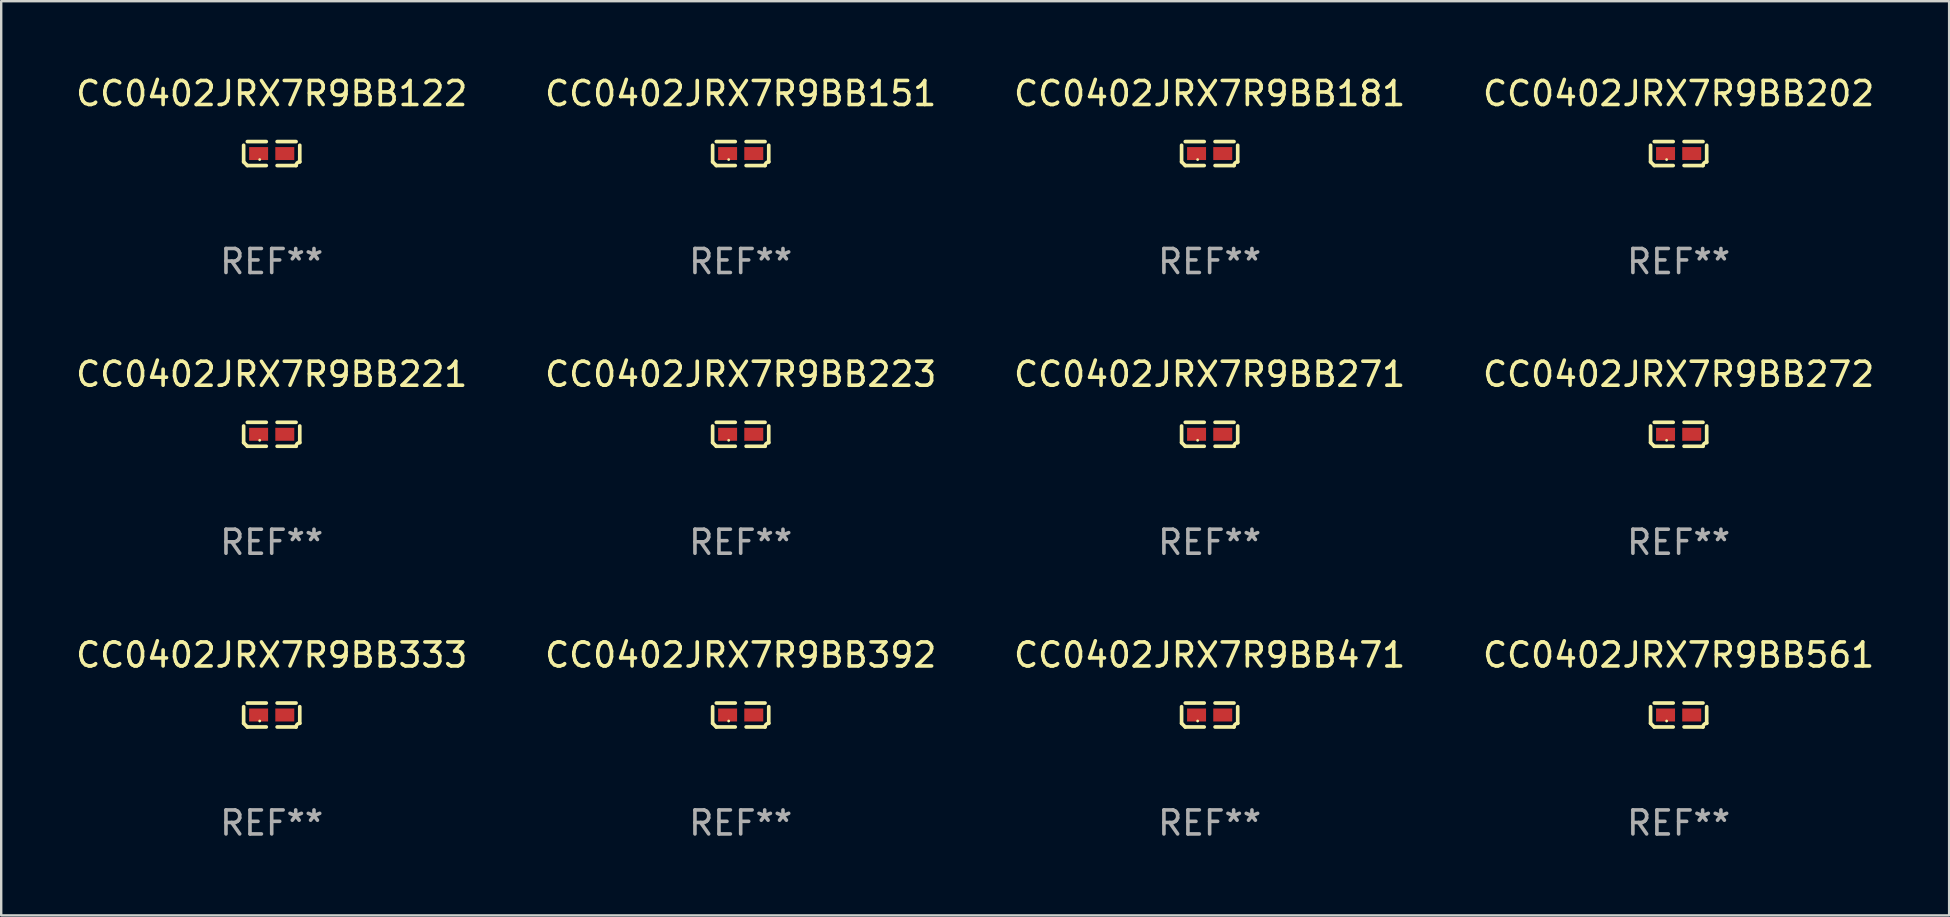
<source format=kicad_pcb>
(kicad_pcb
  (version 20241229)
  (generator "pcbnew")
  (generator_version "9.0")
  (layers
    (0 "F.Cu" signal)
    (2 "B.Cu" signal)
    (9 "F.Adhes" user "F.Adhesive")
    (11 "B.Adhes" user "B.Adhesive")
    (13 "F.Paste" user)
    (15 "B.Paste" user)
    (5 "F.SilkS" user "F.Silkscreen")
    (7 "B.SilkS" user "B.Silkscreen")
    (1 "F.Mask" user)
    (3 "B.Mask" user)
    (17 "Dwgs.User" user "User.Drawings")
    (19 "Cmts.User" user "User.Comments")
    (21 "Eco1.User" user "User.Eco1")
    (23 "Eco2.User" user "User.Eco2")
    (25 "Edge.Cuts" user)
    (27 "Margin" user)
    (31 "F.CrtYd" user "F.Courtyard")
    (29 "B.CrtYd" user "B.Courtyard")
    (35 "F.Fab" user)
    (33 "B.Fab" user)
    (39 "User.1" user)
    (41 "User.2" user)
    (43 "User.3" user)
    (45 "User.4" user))
  (footprint "CC0402JRX7R9BB471"
    (layer "F.Cu")
    (at 47.339 26.734)
    (property "Reference" "CC0402JRX7R9BB471" (at 0 -2.499 0) (layer "F.SilkS") (effects (font (size 1 1) (thickness 0.15))))
    (attr through_hole)
    (fp_line (start -1.169 0.346) (end -1.169 -0.346) (stroke (width 0.152) (type solid)) (layer "F.SilkS"))
    (fp_line (start -1.016 -0.499) (end -0.226 -0.499) (stroke (width 0.152) (type solid)) (layer "F.SilkS"))
    (fp_line (start -0.226 0.499) (end -1.016 0.499) (stroke (width 0.152) (type solid)) (layer "F.SilkS"))
    (fp_line (start 0.226 0.499) (end 1.016 0.499) (stroke (width 0.152) (type solid)) (layer "F.SilkS"))
    (fp_line (start 1.016 -0.499) (end 0.226 -0.499) (stroke (width 0.152) (type solid)) (layer "F.SilkS"))
    (fp_line (start 1.169 0.346) (end 1.169 -0.346) (stroke (width 0.152) (type solid)) (layer "F.SilkS"))
    (fp_arc (start -1.016307 0.498603) (mid -1.092512 0.422405) (end -1.16871 0.3462) (stroke (width 0.1524) (type solid)) (layer "F.SilkS"))
    (fp_arc (start 1.016307 0.498603) (mid 1.060899 0.390758) (end 1.168707 0.346076) (stroke (width 0.1524) (type solid)) (layer "F.SilkS"))
    (fp_circle (center -0.5 0.25) (end -0.47 0.25) (stroke (width 0.06) (type solid)) (fill no) (layer "F.SilkS"))
    (fp_text user "REF**" (at 0 4.499 0) (layer "F.Fab") (effects (font (size 1 1) (thickness 0.15))))
    (pad "1" smd rect (at -0.545 0) (size 0.79 0.54) (layers "F.Cu" "F.Mask" "F.Paste"))
    (pad "2" smd rect (at 0.545 0) (size 0.79 0.54) (layers "F.Cu" "F.Mask" "F.Paste")))
  (footprint "CC0402JRX7R9BB151"
    (layer "F.Cu")
    (at 27.804 3.347)
    (property "Reference" "CC0402JRX7R9BB151" (at 0 -2.499 0) (layer "F.SilkS") (effects (font (size 1 1) (thickness 0.15))))
    (attr through_hole)
    (fp_line (start -1.169 0.346) (end -1.169 -0.346) (stroke (width 0.152) (type solid)) (layer "F.SilkS"))
    (fp_line (start -1.016 -0.499) (end -0.226 -0.499) (stroke (width 0.152) (type solid)) (layer "F.SilkS"))
    (fp_line (start -0.226 0.499) (end -1.016 0.499) (stroke (width 0.152) (type solid)) (layer "F.SilkS"))
    (fp_line (start 0.226 0.499) (end 1.016 0.499) (stroke (width 0.152) (type solid)) (layer "F.SilkS"))
    (fp_line (start 1.016 -0.499) (end 0.226 -0.499) (stroke (width 0.152) (type solid)) (layer "F.SilkS"))
    (fp_line (start 1.169 0.346) (end 1.169 -0.346) (stroke (width 0.152) (type solid)) (layer "F.SilkS"))
    (fp_arc (start -1.016307 0.498603) (mid -1.092512 0.422405) (end -1.16871 0.3462) (stroke (width 0.1524) (type solid)) (layer "F.SilkS"))
    (fp_arc (start 1.016307 0.498603) (mid 1.060899 0.390758) (end 1.168707 0.346076) (stroke (width 0.1524) (type solid)) (layer "F.SilkS"))
    (fp_circle (center -0.5 0.25) (end -0.47 0.25) (stroke (width 0.06) (type solid)) (fill no) (layer "F.SilkS"))
    (fp_text user "REF**" (at 0 4.499 0) (layer "F.Fab") (effects (font (size 1 1) (thickness 0.15))))
    (pad "1" smd rect (at -0.545 0) (size 0.79 0.54) (layers "F.Cu" "F.Mask" "F.Paste"))
    (pad "2" smd rect (at 0.545 0) (size 0.79 0.54) (layers "F.Cu" "F.Mask" "F.Paste")))
  (footprint "CC0402JRX7R9BB223"
    (layer "F.Cu")
    (at 27.804 15.041)
    (property "Reference" "CC0402JRX7R9BB223" (at 0 -2.499 0) (layer "F.SilkS") (effects (font (size 1 1) (thickness 0.15))))
    (attr through_hole)
    (fp_line (start -1.169 0.346) (end -1.169 -0.346) (stroke (width 0.152) (type solid)) (layer "F.SilkS"))
    (fp_line (start -1.016 -0.499) (end -0.226 -0.499) (stroke (width 0.152) (type solid)) (layer "F.SilkS"))
    (fp_line (start -0.226 0.499) (end -1.016 0.499) (stroke (width 0.152) (type solid)) (layer "F.SilkS"))
    (fp_line (start 0.226 0.499) (end 1.016 0.499) (stroke (width 0.152) (type solid)) (layer "F.SilkS"))
    (fp_line (start 1.016 -0.499) (end 0.226 -0.499) (stroke (width 0.152) (type solid)) (layer "F.SilkS"))
    (fp_line (start 1.169 0.346) (end 1.169 -0.346) (stroke (width 0.152) (type solid)) (layer "F.SilkS"))
    (fp_arc (start -1.016307 0.498603) (mid -1.092512 0.422405) (end -1.16871 0.3462) (stroke (width 0.1524) (type solid)) (layer "F.SilkS"))
    (fp_arc (start 1.016307 0.498603) (mid 1.060899 0.390758) (end 1.168707 0.346076) (stroke (width 0.1524) (type solid)) (layer "F.SilkS"))
    (fp_circle (center -0.5 0.25) (end -0.47 0.25) (stroke (width 0.06) (type solid)) (fill no) (layer "F.SilkS"))
    (fp_text user "REF**" (at 0 4.499 0) (layer "F.Fab") (effects (font (size 1 1) (thickness 0.15))))
    (pad "1" smd rect (at -0.545 0) (size 0.79 0.54) (layers "F.Cu" "F.Mask" "F.Paste"))
    (pad "2" smd rect (at 0.545 0) (size 0.79 0.54) (layers "F.Cu" "F.Mask" "F.Paste")))
  (footprint "CC0402JRX7R9BB272"
    (layer "F.Cu")
    (at 66.875 15.041)
    (property "Reference" "CC0402JRX7R9BB272" (at 0 -2.499 0) (layer "F.SilkS") (effects (font (size 1 1) (thickness 0.15))))
    (attr through_hole)
    (fp_line (start -1.169 0.346) (end -1.169 -0.346) (stroke (width 0.152) (type solid)) (layer "F.SilkS"))
    (fp_line (start -1.016 -0.499) (end -0.226 -0.499) (stroke (width 0.152) (type solid)) (layer "F.SilkS"))
    (fp_line (start -0.226 0.499) (end -1.016 0.499) (stroke (width 0.152) (type solid)) (layer "F.SilkS"))
    (fp_line (start 0.226 0.499) (end 1.016 0.499) (stroke (width 0.152) (type solid)) (layer "F.SilkS"))
    (fp_line (start 1.016 -0.499) (end 0.226 -0.499) (stroke (width 0.152) (type solid)) (layer "F.SilkS"))
    (fp_line (start 1.169 0.346) (end 1.169 -0.346) (stroke (width 0.152) (type solid)) (layer "F.SilkS"))
    (fp_arc (start -1.016307 0.498603) (mid -1.092512 0.422405) (end -1.16871 0.3462) (stroke (width 0.1524) (type solid)) (layer "F.SilkS"))
    (fp_arc (start 1.016307 0.498603) (mid 1.060899 0.390758) (end 1.168707 0.346076) (stroke (width 0.1524) (type solid)) (layer "F.SilkS"))
    (fp_circle (center -0.5 0.25) (end -0.47 0.25) (stroke (width 0.06) (type solid)) (fill no) (layer "F.SilkS"))
    (fp_text user "REF**" (at 0 4.499 0) (layer "F.Fab") (effects (font (size 1 1) (thickness 0.15))))
    (pad "1" smd rect (at -0.545 0) (size 0.79 0.54) (layers "F.Cu" "F.Mask" "F.Paste"))
    (pad "2" smd rect (at 0.545 0) (size 0.79 0.54) (layers "F.Cu" "F.Mask" "F.Paste")))
  (footprint "CC0402JRX7R9BB271"
    (layer "F.Cu")
    (at 47.339 15.041)
    (property "Reference" "CC0402JRX7R9BB271" (at 0 -2.499 0) (layer "F.SilkS") (effects (font (size 1 1) (thickness 0.15))))
    (attr through_hole)
    (fp_line (start -1.169 0.346) (end -1.169 -0.346) (stroke (width 0.152) (type solid)) (layer "F.SilkS"))
    (fp_line (start -1.016 -0.499) (end -0.226 -0.499) (stroke (width 0.152) (type solid)) (layer "F.SilkS"))
    (fp_line (start -0.226 0.499) (end -1.016 0.499) (stroke (width 0.152) (type solid)) (layer "F.SilkS"))
    (fp_line (start 0.226 0.499) (end 1.016 0.499) (stroke (width 0.152) (type solid)) (layer "F.SilkS"))
    (fp_line (start 1.016 -0.499) (end 0.226 -0.499) (stroke (width 0.152) (type solid)) (layer "F.SilkS"))
    (fp_line (start 1.169 0.346) (end 1.169 -0.346) (stroke (width 0.152) (type solid)) (layer "F.SilkS"))
    (fp_arc (start -1.016307 0.498603) (mid -1.092512 0.422405) (end -1.16871 0.3462) (stroke (width 0.1524) (type solid)) (layer "F.SilkS"))
    (fp_arc (start 1.016307 0.498603) (mid 1.060899 0.390758) (end 1.168707 0.346076) (stroke (width 0.1524) (type solid)) (layer "F.SilkS"))
    (fp_circle (center -0.5 0.25) (end -0.47 0.25) (stroke (width 0.06) (type solid)) (fill no) (layer "F.SilkS"))
    (fp_text user "REF**" (at 0 4.499 0) (layer "F.Fab") (effects (font (size 1 1) (thickness 0.15))))
    (pad "1" smd rect (at -0.545 0) (size 0.79 0.54) (layers "F.Cu" "F.Mask" "F.Paste"))
    (pad "2" smd rect (at 0.545 0) (size 0.79 0.54) (layers "F.Cu" "F.Mask" "F.Paste")))
  (footprint "CC0402JRX7R9BB122"
    (layer "F.Cu")
    (at 8.268 3.347)
    (property "Reference" "CC0402JRX7R9BB122" (at 0 -2.499 0) (layer "F.SilkS") (effects (font (size 1 1) (thickness 0.15))))
    (attr through_hole)
    (fp_line (start -1.169 0.346) (end -1.169 -0.346) (stroke (width 0.152) (type solid)) (layer "F.SilkS"))
    (fp_line (start -1.016 -0.499) (end -0.226 -0.499) (stroke (width 0.152) (type solid)) (layer "F.SilkS"))
    (fp_line (start -0.226 0.499) (end -1.016 0.499) (stroke (width 0.152) (type solid)) (layer "F.SilkS"))
    (fp_line (start 0.226 0.499) (end 1.016 0.499) (stroke (width 0.152) (type solid)) (layer "F.SilkS"))
    (fp_line (start 1.016 -0.499) (end 0.226 -0.499) (stroke (width 0.152) (type solid)) (layer "F.SilkS"))
    (fp_line (start 1.169 0.346) (end 1.169 -0.346) (stroke (width 0.152) (type solid)) (layer "F.SilkS"))
    (fp_arc (start -1.016307 0.498603) (mid -1.092512 0.422405) (end -1.16871 0.3462) (stroke (width 0.1524) (type solid)) (layer "F.SilkS"))
    (fp_arc (start 1.016307 0.498603) (mid 1.060899 0.390758) (end 1.168707 0.346076) (stroke (width 0.1524) (type solid)) (layer "F.SilkS"))
    (fp_circle (center -0.5 0.25) (end -0.47 0.25) (stroke (width 0.06) (type solid)) (fill no) (layer "F.SilkS"))
    (fp_text user "REF**" (at 0 4.499 0) (layer "F.Fab") (effects (font (size 1 1) (thickness 0.15))))
    (pad "1" smd rect (at -0.545 0) (size 0.79 0.54) (layers "F.Cu" "F.Mask" "F.Paste"))
    (pad "2" smd rect (at 0.545 0) (size 0.79 0.54) (layers "F.Cu" "F.Mask" "F.Paste")))
  (footprint "CC0402JRX7R9BB561"
    (layer "F.Cu")
    (at 66.875 26.734)
    (property "Reference" "CC0402JRX7R9BB561" (at 0 -2.499 0) (layer "F.SilkS") (effects (font (size 1 1) (thickness 0.15))))
    (attr through_hole)
    (fp_line (start -1.169 0.346) (end -1.169 -0.346) (stroke (width 0.152) (type solid)) (layer "F.SilkS"))
    (fp_line (start -1.016 -0.499) (end -0.226 -0.499) (stroke (width 0.152) (type solid)) (layer "F.SilkS"))
    (fp_line (start -0.226 0.499) (end -1.016 0.499) (stroke (width 0.152) (type solid)) (layer "F.SilkS"))
    (fp_line (start 0.226 0.499) (end 1.016 0.499) (stroke (width 0.152) (type solid)) (layer "F.SilkS"))
    (fp_line (start 1.016 -0.499) (end 0.226 -0.499) (stroke (width 0.152) (type solid)) (layer "F.SilkS"))
    (fp_line (start 1.169 0.346) (end 1.169 -0.346) (stroke (width 0.152) (type solid)) (layer "F.SilkS"))
    (fp_arc (start -1.016307 0.498603) (mid -1.092512 0.422405) (end -1.16871 0.3462) (stroke (width 0.1524) (type solid)) (layer "F.SilkS"))
    (fp_arc (start 1.016307 0.498603) (mid 1.060899 0.390758) (end 1.168707 0.346076) (stroke (width 0.1524) (type solid)) (layer "F.SilkS"))
    (fp_circle (center -0.5 0.25) (end -0.47 0.25) (stroke (width 0.06) (type solid)) (fill no) (layer "F.SilkS"))
    (fp_text user "REF**" (at 0 4.499 0) (layer "F.Fab") (effects (font (size 1 1) (thickness 0.15))))
    (pad "1" smd rect (at -0.545 0) (size 0.79 0.54) (layers "F.Cu" "F.Mask" "F.Paste"))
    (pad "2" smd rect (at 0.545 0) (size 0.79 0.54) (layers "F.Cu" "F.Mask" "F.Paste")))
  (footprint "CC0402JRX7R9BB181"
    (layer "F.Cu")
    (at 47.339 3.347)
    (property "Reference" "CC0402JRX7R9BB181" (at 0 -2.499 0) (layer "F.SilkS") (effects (font (size 1 1) (thickness 0.15))))
    (attr through_hole)
    (fp_line (start -1.169 0.346) (end -1.169 -0.346) (stroke (width 0.152) (type solid)) (layer "F.SilkS"))
    (fp_line (start -1.016 -0.499) (end -0.226 -0.499) (stroke (width 0.152) (type solid)) (layer "F.SilkS"))
    (fp_line (start -0.226 0.499) (end -1.016 0.499) (stroke (width 0.152) (type solid)) (layer "F.SilkS"))
    (fp_line (start 0.226 0.499) (end 1.016 0.499) (stroke (width 0.152) (type solid)) (layer "F.SilkS"))
    (fp_line (start 1.016 -0.499) (end 0.226 -0.499) (stroke (width 0.152) (type solid)) (layer "F.SilkS"))
    (fp_line (start 1.169 0.346) (end 1.169 -0.346) (stroke (width 0.152) (type solid)) (layer "F.SilkS"))
    (fp_arc (start -1.016307 0.498603) (mid -1.092512 0.422405) (end -1.16871 0.3462) (stroke (width 0.1524) (type solid)) (layer "F.SilkS"))
    (fp_arc (start 1.016307 0.498603) (mid 1.060899 0.390758) (end 1.168707 0.346076) (stroke (width 0.1524) (type solid)) (layer "F.SilkS"))
    (fp_circle (center -0.5 0.25) (end -0.47 0.25) (stroke (width 0.06) (type solid)) (fill no) (layer "F.SilkS"))
    (fp_text user "REF**" (at 0 4.499 0) (layer "F.Fab") (effects (font (size 1 1) (thickness 0.15))))
    (pad "1" smd rect (at -0.545 0) (size 0.79 0.54) (layers "F.Cu" "F.Mask" "F.Paste"))
    (pad "2" smd rect (at 0.545 0) (size 0.79 0.54) (layers "F.Cu" "F.Mask" "F.Paste")))
  (footprint "CC0402JRX7R9BB202"
    (layer "F.Cu")
    (at 66.875 3.347)
    (property "Reference" "CC0402JRX7R9BB202" (at 0 -2.499 0) (layer "F.SilkS") (effects (font (size 1 1) (thickness 0.15))))
    (attr through_hole)
    (fp_line (start -1.169 0.346) (end -1.169 -0.346) (stroke (width 0.152) (type solid)) (layer "F.SilkS"))
    (fp_line (start -1.016 -0.499) (end -0.226 -0.499) (stroke (width 0.152) (type solid)) (layer "F.SilkS"))
    (fp_line (start -0.226 0.499) (end -1.016 0.499) (stroke (width 0.152) (type solid)) (layer "F.SilkS"))
    (fp_line (start 0.226 0.499) (end 1.016 0.499) (stroke (width 0.152) (type solid)) (layer "F.SilkS"))
    (fp_line (start 1.016 -0.499) (end 0.226 -0.499) (stroke (width 0.152) (type solid)) (layer "F.SilkS"))
    (fp_line (start 1.169 0.346) (end 1.169 -0.346) (stroke (width 0.152) (type solid)) (layer "F.SilkS"))
    (fp_arc (start -1.016307 0.498603) (mid -1.092512 0.422405) (end -1.16871 0.3462) (stroke (width 0.1524) (type solid)) (layer "F.SilkS"))
    (fp_arc (start 1.016307 0.498603) (mid 1.060899 0.390758) (end 1.168707 0.346076) (stroke (width 0.1524) (type solid)) (layer "F.SilkS"))
    (fp_circle (center -0.5 0.25) (end -0.47 0.25) (stroke (width 0.06) (type solid)) (fill no) (layer "F.SilkS"))
    (fp_text user "REF**" (at 0 4.499 0) (layer "F.Fab") (effects (font (size 1 1) (thickness 0.15))))
    (pad "1" smd rect (at -0.545 0) (size 0.79 0.54) (layers "F.Cu" "F.Mask" "F.Paste"))
    (pad "2" smd rect (at 0.545 0) (size 0.79 0.54) (layers "F.Cu" "F.Mask" "F.Paste")))
  (footprint "CC0402JRX7R9BB333"
    (layer "F.Cu")
    (at 8.268 26.734)
    (property "Reference" "CC0402JRX7R9BB333" (at 0 -2.499 0) (layer "F.SilkS") (effects (font (size 1 1) (thickness 0.15))))
    (attr through_hole)
    (fp_line (start -1.169 0.346) (end -1.169 -0.346) (stroke (width 0.152) (type solid)) (layer "F.SilkS"))
    (fp_line (start -1.016 -0.499) (end -0.226 -0.499) (stroke (width 0.152) (type solid)) (layer "F.SilkS"))
    (fp_line (start -0.226 0.499) (end -1.016 0.499) (stroke (width 0.152) (type solid)) (layer "F.SilkS"))
    (fp_line (start 0.226 0.499) (end 1.016 0.499) (stroke (width 0.152) (type solid)) (layer "F.SilkS"))
    (fp_line (start 1.016 -0.499) (end 0.226 -0.499) (stroke (width 0.152) (type solid)) (layer "F.SilkS"))
    (fp_line (start 1.169 0.346) (end 1.169 -0.346) (stroke (width 0.152) (type solid)) (layer "F.SilkS"))
    (fp_arc (start -1.016307 0.498603) (mid -1.092512 0.422405) (end -1.16871 0.3462) (stroke (width 0.1524) (type solid)) (layer "F.SilkS"))
    (fp_arc (start 1.016307 0.498603) (mid 1.060899 0.390758) (end 1.168707 0.346076) (stroke (width 0.1524) (type solid)) (layer "F.SilkS"))
    (fp_circle (center -0.5 0.25) (end -0.47 0.25) (stroke (width 0.06) (type solid)) (fill no) (layer "F.SilkS"))
    (fp_text user "REF**" (at 0 4.499 0) (layer "F.Fab") (effects (font (size 1 1) (thickness 0.15))))
    (pad "1" smd rect (at -0.545 0) (size 0.79 0.54) (layers "F.Cu" "F.Mask" "F.Paste"))
    (pad "2" smd rect (at 0.545 0) (size 0.79 0.54) (layers "F.Cu" "F.Mask" "F.Paste")))
  (footprint "CC0402JRX7R9BB221"
    (layer "F.Cu")
    (at 8.268 15.041)
    (property "Reference" "CC0402JRX7R9BB221" (at 0 -2.499 0) (layer "F.SilkS") (effects (font (size 1 1) (thickness 0.15))))
    (attr through_hole)
    (fp_line (start -1.169 0.346) (end -1.169 -0.346) (stroke (width 0.152) (type solid)) (layer "F.SilkS"))
    (fp_line (start -1.016 -0.499) (end -0.226 -0.499) (stroke (width 0.152) (type solid)) (layer "F.SilkS"))
    (fp_line (start -0.226 0.499) (end -1.016 0.499) (stroke (width 0.152) (type solid)) (layer "F.SilkS"))
    (fp_line (start 0.226 0.499) (end 1.016 0.499) (stroke (width 0.152) (type solid)) (layer "F.SilkS"))
    (fp_line (start 1.016 -0.499) (end 0.226 -0.499) (stroke (width 0.152) (type solid)) (layer "F.SilkS"))
    (fp_line (start 1.169 0.346) (end 1.169 -0.346) (stroke (width 0.152) (type solid)) (layer "F.SilkS"))
    (fp_arc (start -1.016307 0.498603) (mid -1.092512 0.422405) (end -1.16871 0.3462) (stroke (width 0.1524) (type solid)) (layer "F.SilkS"))
    (fp_arc (start 1.016307 0.498603) (mid 1.060899 0.390758) (end 1.168707 0.346076) (stroke (width 0.1524) (type solid)) (layer "F.SilkS"))
    (fp_circle (center -0.5 0.25) (end -0.47 0.25) (stroke (width 0.06) (type solid)) (fill no) (layer "F.SilkS"))
    (fp_text user "REF**" (at 0 4.499 0) (layer "F.Fab") (effects (font (size 1 1) (thickness 0.15))))
    (pad "1" smd rect (at -0.545 0) (size 0.79 0.54) (layers "F.Cu" "F.Mask" "F.Paste"))
    (pad "2" smd rect (at 0.545 0) (size 0.79 0.54) (layers "F.Cu" "F.Mask" "F.Paste")))
  (footprint "CC0402JRX7R9BB392"
    (layer "F.Cu")
    (at 27.804 26.734)
    (property "Reference" "CC0402JRX7R9BB392" (at 0 -2.499 0) (layer "F.SilkS") (effects (font (size 1 1) (thickness 0.15))))
    (attr through_hole)
    (fp_line (start -1.169 0.346) (end -1.169 -0.346) (stroke (width 0.152) (type solid)) (layer "F.SilkS"))
    (fp_line (start -1.016 -0.499) (end -0.226 -0.499) (stroke (width 0.152) (type solid)) (layer "F.SilkS"))
    (fp_line (start -0.226 0.499) (end -1.016 0.499) (stroke (width 0.152) (type solid)) (layer "F.SilkS"))
    (fp_line (start 0.226 0.499) (end 1.016 0.499) (stroke (width 0.152) (type solid)) (layer "F.SilkS"))
    (fp_line (start 1.016 -0.499) (end 0.226 -0.499) (stroke (width 0.152) (type solid)) (layer "F.SilkS"))
    (fp_line (start 1.169 0.346) (end 1.169 -0.346) (stroke (width 0.152) (type solid)) (layer "F.SilkS"))
    (fp_arc (start -1.016307 0.498603) (mid -1.092512 0.422405) (end -1.16871 0.3462) (stroke (width 0.1524) (type solid)) (layer "F.SilkS"))
    (fp_arc (start 1.016307 0.498603) (mid 1.060899 0.390758) (end 1.168707 0.346076) (stroke (width 0.1524) (type solid)) (layer "F.SilkS"))
    (fp_circle (center -0.5 0.25) (end -0.47 0.25) (stroke (width 0.06) (type solid)) (fill no) (layer "F.SilkS"))
    (fp_text user "REF**" (at 0 4.499 0) (layer "F.Fab") (effects (font (size 1 1) (thickness 0.15))))
    (pad "1" smd rect (at -0.545 0) (size 0.79 0.54) (layers "F.Cu" "F.Mask" "F.Paste"))
    (pad "2" smd rect (at 0.545 0) (size 0.79 0.54) (layers "F.Cu" "F.Mask" "F.Paste")))
  (gr_rect
    (start -3 -3)
    (end 78.143 35.081)
    (stroke (width 0.1) (type default))
    (fill no)
    (layer "Edge.Cuts")))
</source>
